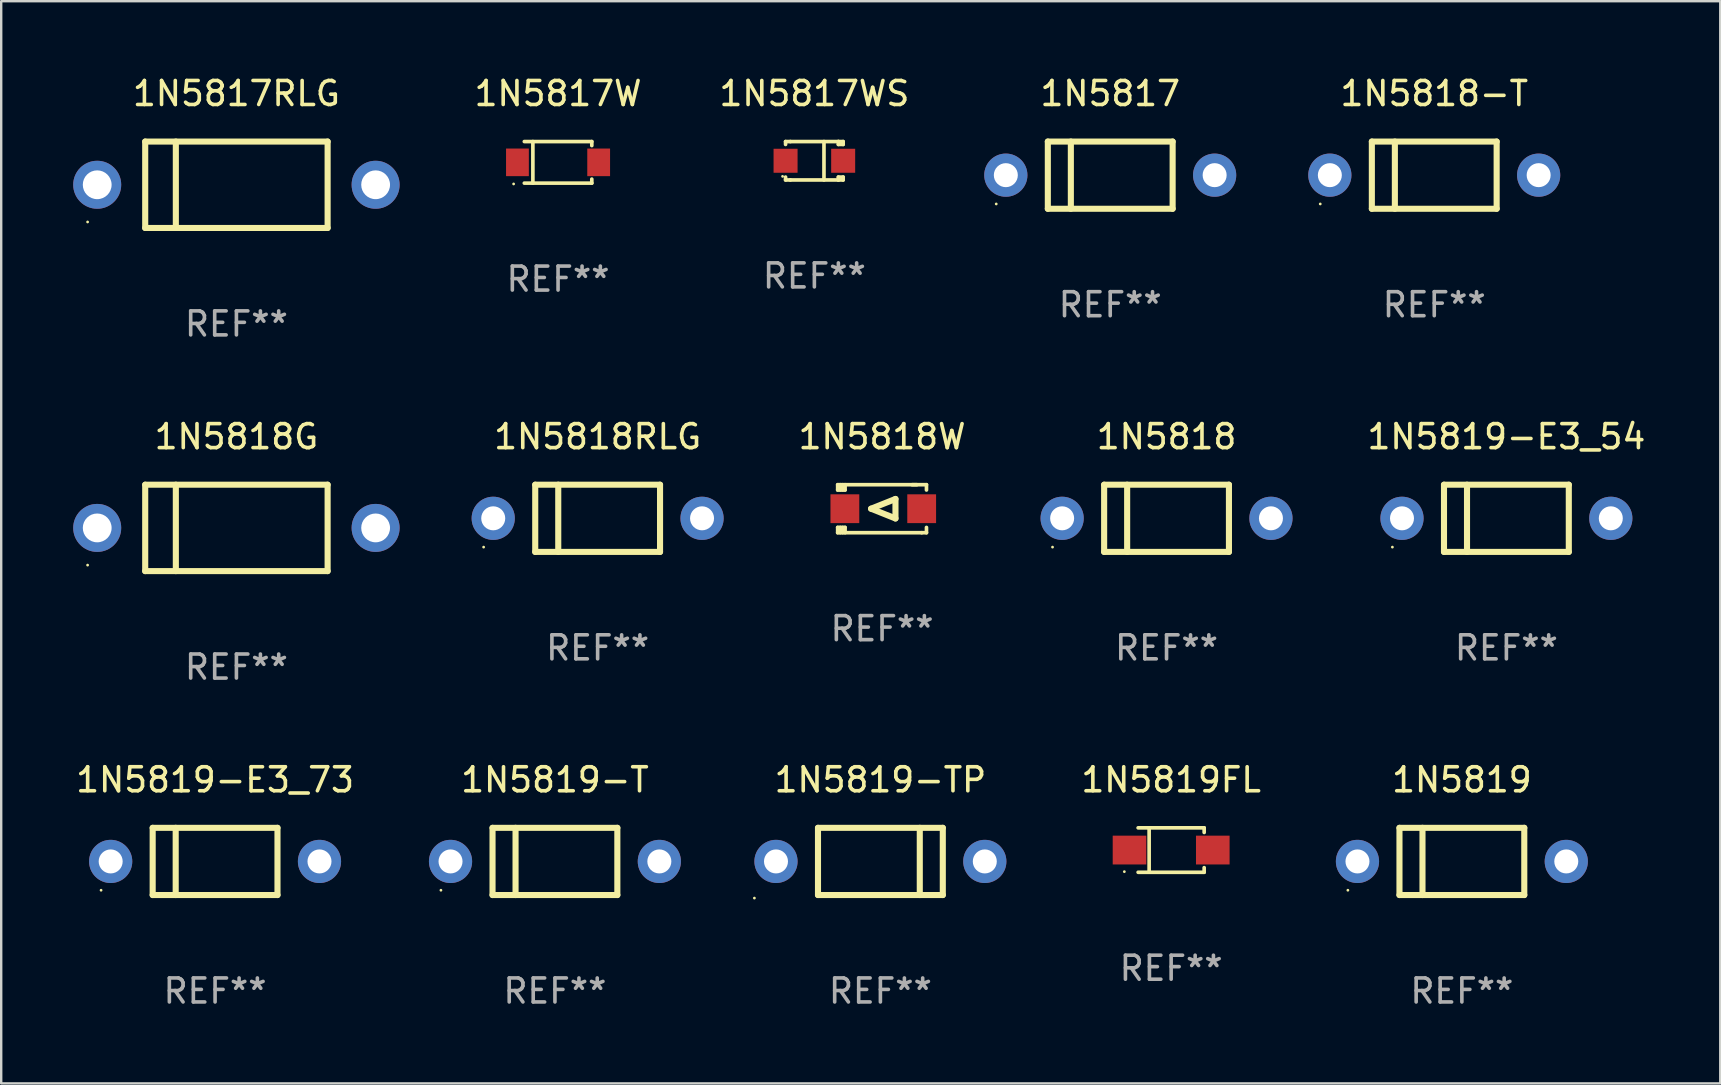
<source format=kicad_pcb>
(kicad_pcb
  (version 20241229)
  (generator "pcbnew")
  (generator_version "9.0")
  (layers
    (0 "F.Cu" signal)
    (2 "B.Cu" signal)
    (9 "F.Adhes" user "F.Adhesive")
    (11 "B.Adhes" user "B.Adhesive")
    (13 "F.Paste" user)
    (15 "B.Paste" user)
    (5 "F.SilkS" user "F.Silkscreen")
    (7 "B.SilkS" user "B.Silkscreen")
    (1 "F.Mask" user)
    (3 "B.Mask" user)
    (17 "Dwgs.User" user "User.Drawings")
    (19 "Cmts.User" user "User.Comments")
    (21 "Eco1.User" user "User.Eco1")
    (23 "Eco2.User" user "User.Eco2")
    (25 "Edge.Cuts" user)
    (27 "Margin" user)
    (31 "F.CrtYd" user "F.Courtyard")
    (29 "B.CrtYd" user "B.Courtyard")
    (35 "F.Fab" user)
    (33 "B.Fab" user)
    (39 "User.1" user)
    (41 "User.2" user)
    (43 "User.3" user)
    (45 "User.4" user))
  (footprint "1N5818-T"
    (layer "F.Cu")
    (at 56.707 4.248)
    (property "Reference" "1N5818-T" (at 0 -3.4 0) (layer "F.SilkS") (effects (font (size 1 1) (thickness 0.15))))
    (attr through_hole)
    (fp_line (start -2.6 -1.4) (end -2.6 1.4) (stroke (width 0.254) (type solid)) (layer "F.SilkS"))
    (fp_line (start -2.6 -1.4) (end 2.6 -1.4) (stroke (width 0.254) (type solid)) (layer "F.SilkS"))
    (fp_line (start -2.6 1.4) (end 2.6 1.4) (stroke (width 0.254) (type solid)) (layer "F.SilkS"))
    (fp_line (start -1.641 -1.4) (end -1.641 1.4) (stroke (width 0.254) (type solid)) (layer "F.SilkS"))
    (fp_line (start 2.6 -1.4) (end 2.6 1.4) (stroke (width 0.254) (type solid)) (layer "F.SilkS"))
    (fp_circle (center -4.75 1.2) (end -4.72 1.2) (stroke (width 0.06) (type solid)) (fill no) (layer "F.SilkS"))
    (fp_text user "REF**" (at 0 5.4 0) (layer "F.Fab") (effects (font (size 1 1) (thickness 0.15))))
    (pad "1" thru_hole circle (at -4.35 0) (size 1.8 1.8) (drill 1) (layers "*.Cu" "*.Mask"))
    (pad "2" thru_hole circle (at 4.35 0) (size 1.8 1.8) (drill 1) (layers "*.Cu" "*.Mask")))
  (footprint "1N5819-TP"
    (layer "F.Cu")
    (at 33.631 32.841)
    (property "Reference" "1N5819-TP" (at 0 -3.4 0) (layer "F.SilkS") (effects (font (size 1 1) (thickness 0.15))))
    (attr through_hole)
    (fp_line (start -2.6 1.4) (end -2.6 -1.4) (stroke (width 0.254) (type solid)) (layer "F.SilkS"))
    (fp_line (start 1.641 1.4) (end 1.641 -1.4) (stroke (width 0.254) (type solid)) (layer "F.SilkS"))
    (fp_line (start 2.6 -1.4) (end -2.6 -1.4) (stroke (width 0.254) (type solid)) (layer "F.SilkS"))
    (fp_line (start 2.6 1.4) (end -2.6 1.4) (stroke (width 0.254) (type solid)) (layer "F.SilkS"))
    (fp_line (start 2.6 1.4) (end 2.6 -1.4) (stroke (width 0.254) (type solid)) (layer "F.SilkS"))
    (fp_circle (center -5.25 1.527) (end -5.22 1.527) (stroke (width 0.06) (type solid)) (fill no) (layer "F.SilkS"))
    (fp_text user "REF**" (at 0 5.4 0) (layer "F.Fab") (effects (font (size 1 1) (thickness 0.15))))
    (pad "1" thru_hole circle (at -4.35 0) (size 1.8 1.8) (drill 1) (layers "*.Cu" "*.Mask"))
    (pad "2" thru_hole circle (at 4.35 0) (size 1.8 1.8) (drill 1) (layers "*.Cu" "*.Mask")))
  (footprint "1N5818"
    (layer "F.Cu")
    (at 45.553 18.545)
    (property "Reference" "1N5818" (at 0 -3.4 0) (layer "F.SilkS") (effects (font (size 1 1) (thickness 0.15))))
    (attr through_hole)
    (fp_line (start -2.6 -1.4) (end -2.6 1.4) (stroke (width 0.254) (type solid)) (layer "F.SilkS"))
    (fp_line (start -2.6 -1.4) (end 2.6 -1.4) (stroke (width 0.254) (type solid)) (layer "F.SilkS"))
    (fp_line (start -2.6 1.4) (end 2.6 1.4) (stroke (width 0.254) (type solid)) (layer "F.SilkS"))
    (fp_line (start -1.641 -1.4) (end -1.641 1.4) (stroke (width 0.254) (type solid)) (layer "F.SilkS"))
    (fp_line (start 2.6 -1.4) (end 2.6 1.4) (stroke (width 0.254) (type solid)) (layer "F.SilkS"))
    (fp_circle (center -4.75 1.2) (end -4.72 1.2) (stroke (width 0.06) (type solid)) (fill no) (layer "F.SilkS"))
    (fp_text user "REF**" (at 0 5.4 0) (layer "F.Fab") (effects (font (size 1 1) (thickness 0.15))))
    (pad "1" thru_hole circle (at -4.35 0) (size 1.8 1.8) (drill 1) (layers "*.Cu" "*.Mask"))
    (pad "2" thru_hole circle (at 4.35 0) (size 1.8 1.8) (drill 1) (layers "*.Cu" "*.Mask")))
  (footprint "1N5819-T"
    (layer "F.Cu")
    (at 20.071 32.841)
    (property "Reference" "1N5819-T" (at 0 -3.4 0) (layer "F.SilkS") (effects (font (size 1 1) (thickness 0.15))))
    (attr through_hole)
    (fp_line (start -2.6 -1.4) (end -2.6 1.4) (stroke (width 0.254) (type solid)) (layer "F.SilkS"))
    (fp_line (start -2.6 -1.4) (end 2.6 -1.4) (stroke (width 0.254) (type solid)) (layer "F.SilkS"))
    (fp_line (start -2.6 1.4) (end 2.6 1.4) (stroke (width 0.254) (type solid)) (layer "F.SilkS"))
    (fp_line (start -1.641 -1.4) (end -1.641 1.4) (stroke (width 0.254) (type solid)) (layer "F.SilkS"))
    (fp_line (start 2.6 -1.4) (end 2.6 1.4) (stroke (width 0.254) (type solid)) (layer "F.SilkS"))
    (fp_circle (center -4.75 1.2) (end -4.72 1.2) (stroke (width 0.06) (type solid)) (fill no) (layer "F.SilkS"))
    (fp_text user "REF**" (at 0 5.4 0) (layer "F.Fab") (effects (font (size 1 1) (thickness 0.15))))
    (pad "1" thru_hole circle (at -4.35 0) (size 1.8 1.8) (drill 1) (layers "*.Cu" "*.Mask"))
    (pad "2" thru_hole circle (at 4.35 0) (size 1.8 1.8) (drill 1) (layers "*.Cu" "*.Mask")))
  (footprint "1N5818G"
    (layer "F.Cu")
    (at 6.8 18.945)
    (property "Reference" "1N5818G" (at 0 -3.8 0) (layer "F.SilkS") (effects (font (size 1 1) (thickness 0.15))))
    (attr through_hole)
    (fp_line (start -3.8 -1.8) (end -3.8 1.8) (stroke (width 0.254) (type solid)) (layer "F.SilkS"))
    (fp_line (start -3.8 -1.8) (end 3.8 -1.8) (stroke (width 0.254) (type solid)) (layer "F.SilkS"))
    (fp_line (start -3.8 1.8) (end 3.8 1.8) (stroke (width 0.254) (type solid)) (layer "F.SilkS"))
    (fp_line (start -2.524 -1.8) (end -2.524 1.8) (stroke (width 0.254) (type solid)) (layer "F.SilkS"))
    (fp_line (start 3.8 -1.8) (end 3.8 1.8) (stroke (width 0.254) (type solid)) (layer "F.SilkS"))
    (fp_circle (center -6.2 1.55) (end -6.17 1.55) (stroke (width 0.06) (type solid)) (fill no) (layer "F.SilkS"))
    (fp_text user "REF**" (at 0 5.8 0) (layer "F.Fab") (effects (font (size 1 1) (thickness 0.15))))
    (pad "1" thru_hole circle (at -5.8 0) (size 2 2) (drill 1.2) (layers "*.Cu" "*.Mask"))
    (pad "2" thru_hole circle (at 5.8 0) (size 2 2) (drill 1.2) (layers "*.Cu" "*.Mask")))
  (footprint "1N5817RLG"
    (layer "F.Cu")
    (at 6.8 4.648)
    (property "Reference" "1N5817RLG" (at 0 -3.8 0) (layer "F.SilkS") (effects (font (size 1 1) (thickness 0.15))))
    (attr through_hole)
    (fp_line (start -3.8 -1.8) (end -3.8 1.8) (stroke (width 0.254) (type solid)) (layer "F.SilkS"))
    (fp_line (start -3.8 -1.8) (end 3.8 -1.8) (stroke (width 0.254) (type solid)) (layer "F.SilkS"))
    (fp_line (start -3.8 1.8) (end 3.8 1.8) (stroke (width 0.254) (type solid)) (layer "F.SilkS"))
    (fp_line (start -2.524 -1.8) (end -2.524 1.8) (stroke (width 0.254) (type solid)) (layer "F.SilkS"))
    (fp_line (start 3.8 -1.8) (end 3.8 1.8) (stroke (width 0.254) (type solid)) (layer "F.SilkS"))
    (fp_circle (center -6.2 1.55) (end -6.17 1.55) (stroke (width 0.06) (type solid)) (fill no) (layer "F.SilkS"))
    (fp_text user "REF**" (at 0 5.8 0) (layer "F.Fab") (effects (font (size 1 1) (thickness 0.15))))
    (pad "1" thru_hole circle (at -5.8 0) (size 2 2) (drill 1.2) (layers "*.Cu" "*.Mask"))
    (pad "2" thru_hole circle (at 5.8 0) (size 2 2) (drill 1.2) (layers "*.Cu" "*.Mask")))
  (footprint "1N5817W"
    (layer "F.Cu")
    (at 20.201 3.714)
    (property "Reference" "1N5817W" (at 0 -2.866 0) (layer "F.SilkS") (effects (font (size 1 1) (thickness 0.15))))
    (attr through_hole)
    (fp_line (start -1.406 -0.866) (end 1.406 -0.866) (stroke (width 0.152) (type solid)) (layer "F.SilkS"))
    (fp_line (start -1.406 0.866) (end 1.406 0.866) (stroke (width 0.152) (type solid)) (layer "F.SilkS"))
    (fp_line (start -1.049 -0.866) (end -1.049 0.866) (stroke (width 0.152) (type solid)) (layer "F.SilkS"))
    (fp_line (start 1.406 -0.866) (end 1.406 -0.698) (stroke (width 0.152) (type solid)) (layer "F.SilkS"))
    (fp_line (start 1.406 0.866) (end 1.406 0.698) (stroke (width 0.152) (type solid)) (layer "F.SilkS"))
    (fp_circle (center -1.851 0.9) (end -1.821 0.9) (stroke (width 0.06) (type solid)) (fill no) (layer "F.SilkS"))
    (fp_text user "REF**" (at 0 4.866 0) (layer "F.Fab") (effects (font (size 1 1) (thickness 0.15))))
    (pad "1" smd rect (at -1.692 0) (size 0.95 1.15) (layers "F.Cu" "F.Mask" "F.Paste"))
    (pad "2" smd rect (at 1.692 0) (size 0.95 1.15) (layers "F.Cu" "F.Mask" "F.Paste")))
  (footprint "1N5818RLG"
    (layer "F.Cu")
    (at 21.85 18.545)
    (property "Reference" "1N5818RLG" (at 0 -3.4 0) (layer "F.SilkS") (effects (font (size 1 1) (thickness 0.15))))
    (attr through_hole)
    (fp_line (start -2.6 -1.4) (end -2.6 1.4) (stroke (width 0.254) (type solid)) (layer "F.SilkS"))
    (fp_line (start -2.6 -1.4) (end 2.6 -1.4) (stroke (width 0.254) (type solid)) (layer "F.SilkS"))
    (fp_line (start -2.6 1.4) (end 2.6 1.4) (stroke (width 0.254) (type solid)) (layer "F.SilkS"))
    (fp_line (start -1.641 -1.4) (end -1.641 1.4) (stroke (width 0.254) (type solid)) (layer "F.SilkS"))
    (fp_line (start 2.6 -1.4) (end 2.6 1.4) (stroke (width 0.254) (type solid)) (layer "F.SilkS"))
    (fp_circle (center -4.75 1.2) (end -4.72 1.2) (stroke (width 0.06) (type solid)) (fill no) (layer "F.SilkS"))
    (fp_text user "REF**" (at 0 5.4 0) (layer "F.Fab") (effects (font (size 1 1) (thickness 0.15))))
    (pad "1" thru_hole circle (at -4.35 0) (size 1.8 1.8) (drill 1) (layers "*.Cu" "*.Mask"))
    (pad "2" thru_hole circle (at 4.35 0) (size 1.8 1.8) (drill 1) (layers "*.Cu" "*.Mask")))
  (footprint "1N5817WS"
    (layer "F.Cu")
    (at 30.88 3.648)
    (property "Reference" "1N5817WS" (at 0 -2.8 0) (layer "F.SilkS") (effects (font (size 1 1) (thickness 0.15))))
    (attr through_hole)
    (fp_line (start -1.2 -0.8) (end -1.2 -0.68) (stroke (width 0.152) (type solid)) (layer "F.SilkS"))
    (fp_line (start -1.2 0.68) (end -1.2 0.8) (stroke (width 0.152) (type solid)) (layer "F.SilkS"))
    (fp_line (start -1.2 0.8) (end -1 0.8) (stroke (width 0.152) (type solid)) (layer "F.SilkS"))
    (fp_line (start -1 -0.8) (end -1.2 -0.8) (stroke (width 0.152) (type solid)) (layer "F.SilkS"))
    (fp_line (start -1 -0.8) (end 1 -0.8) (stroke (width 0.152) (type solid)) (layer "F.SilkS"))
    (fp_line (start -1 0.8) (end 1 0.8) (stroke (width 0.152) (type solid)) (layer "F.SilkS"))
    (fp_line (start 0.4 -0.8) (end 0.4 0.8) (stroke (width 0.152) (type solid)) (layer "F.SilkS"))
    (fp_line (start 1 -0.8) (end 1 -0.68) (stroke (width 0.152) (type solid)) (layer "F.SilkS"))
    (fp_line (start 1 -0.8) (end 1.2 -0.8) (stroke (width 0.152) (type solid)) (layer "F.SilkS"))
    (fp_line (start 1 0.68) (end 1 0.8) (stroke (width 0.152) (type solid)) (layer "F.SilkS"))
    (fp_line (start 1 0.68) (end 1.2 0.68) (stroke (width 0.152) (type solid)) (layer "F.SilkS"))
    (fp_line (start 1.2 -0.8) (end 1.2 -0.68) (stroke (width 0.152) (type solid)) (layer "F.SilkS"))
    (fp_line (start 1.2 -0.68) (end 1 -0.68) (stroke (width 0.152) (type solid)) (layer "F.SilkS"))
    (fp_line (start 1.2 0.68) (end 1.2 0.8) (stroke (width 0.152) (type solid)) (layer "F.SilkS"))
    (fp_line (start 1.2 0.8) (end 1 0.8) (stroke (width 0.152) (type solid)) (layer "F.SilkS"))
    (fp_circle (center -1.325 0.65) (end -1.295 0.65) (stroke (width 0.06) (type solid)) (fill no) (layer "F.SilkS"))
    (fp_text user "REF**" (at 0 4.8 0) (layer "F.Fab") (effects (font (size 1 1) (thickness 0.15))))
    (pad "1" smd rect (at -1.2 0 180) (size 1 1) (layers "F.Cu" "F.Mask" "F.Paste"))
    (pad "2" smd rect (at 1.2 0 180) (size 1 1) (layers "F.Cu" "F.Mask" "F.Paste")))
  (footprint "1N5819-E3_54"
    (layer "F.Cu")
    (at 59.713 18.545)
    (property "Reference" "1N5819-E3_54" (at 0 -3.4 0) (layer "F.SilkS") (effects (font (size 1 1) (thickness 0.15))))
    (attr through_hole)
    (fp_line (start -2.6 -1.4) (end -2.6 1.4) (stroke (width 0.254) (type solid)) (layer "F.SilkS"))
    (fp_line (start -2.6 -1.4) (end 2.6 -1.4) (stroke (width 0.254) (type solid)) (layer "F.SilkS"))
    (fp_line (start -2.6 1.4) (end 2.6 1.4) (stroke (width 0.254) (type solid)) (layer "F.SilkS"))
    (fp_line (start -1.641 -1.4) (end -1.641 1.4) (stroke (width 0.254) (type solid)) (layer "F.SilkS"))
    (fp_line (start 2.6 -1.4) (end 2.6 1.4) (stroke (width 0.254) (type solid)) (layer "F.SilkS"))
    (fp_circle (center -4.75 1.2) (end -4.72 1.2) (stroke (width 0.06) (type solid)) (fill no) (layer "F.SilkS"))
    (fp_text user "REF**" (at 0 5.4 0) (layer "F.Fab") (effects (font (size 1 1) (thickness 0.15))))
    (pad "1" thru_hole circle (at -4.35 0) (size 1.8 1.8) (drill 1) (layers "*.Cu" "*.Mask"))
    (pad "2" thru_hole circle (at 4.35 0) (size 1.8 1.8) (drill 1) (layers "*.Cu" "*.Mask")))
  (footprint "1N5818W"
    (layer "F.Cu")
    (at 33.701 18.145)
    (property "Reference" "1N5818W" (at 0 -3 0) (layer "F.SilkS") (effects (font (size 1 1) (thickness 0.15))))
    (attr through_hole)
    (fp_line (start -1.85 -1) (end -1.85 -0.78) (stroke (width 0.152) (type solid)) (layer "F.SilkS"))
    (fp_line (start -1.85 0.78) (end -1.85 1) (stroke (width 0.152) (type solid)) (layer "F.SilkS"))
    (fp_line (start -1.85 1) (end 1.65 1) (stroke (width 0.152) (type solid)) (layer "F.SilkS"))
    (fp_line (start -1.741 -0.78) (end -1.741 -1) (stroke (width 0.152) (type solid)) (layer "F.SilkS"))
    (fp_line (start -1.741 1) (end -1.741 0.78) (stroke (width 0.152) (type solid)) (layer "F.SilkS"))
    (fp_line (start -1.641 -1) (end -1.641 -0.78) (stroke (width 0.152) (type solid)) (layer "F.SilkS"))
    (fp_line (start -1.641 0.78) (end -1.641 1) (stroke (width 0.152) (type solid)) (layer "F.SilkS"))
    (fp_line (start -1.541 -1) (end -1.541 -0.78) (stroke (width 0.152) (type solid)) (layer "F.SilkS"))
    (fp_line (start -1.541 -0.78) (end -1.85 -0.78) (stroke (width 0.152) (type solid)) (layer "F.SilkS"))
    (fp_line (start -1.541 0.78) (end -1.85 0.78) (stroke (width 0.152) (type solid)) (layer "F.SilkS"))
    (fp_line (start -1.541 0.78) (end -1.541 1) (stroke (width 0.152) (type solid)) (layer "F.SilkS"))
    (fp_line (start -0.458 0) (end 0.558 -0.406) (stroke (width 0.254) (type solid)) (layer "F.SilkS"))
    (fp_line (start 0.558 -0.406) (end 0.558 0.406) (stroke (width 0.254) (type solid)) (layer "F.SilkS"))
    (fp_line (start 0.558 0.406) (end -0.458 0) (stroke (width 0.254) (type solid)) (layer "F.SilkS"))
    (fp_line (start 1.45 -1) (end -1.85 -1) (stroke (width 0.152) (type solid)) (layer "F.SilkS"))
    (fp_line (start 1.65 1) (end 1.85 1) (stroke (width 0.152) (type solid)) (layer "F.SilkS"))
    (fp_line (start 1.85 -1) (end 1.25 -1) (stroke (width 0.152) (type solid)) (layer "F.SilkS"))
    (fp_line (start 1.85 -0.78) (end 1.85 -1) (stroke (width 0.152) (type solid)) (layer "F.SilkS"))
    (fp_line (start 1.85 1) (end 1.85 0.78) (stroke (width 0.152) (type solid)) (layer "F.SilkS"))
    (fp_circle (center -1.8 0.9) (end -1.77 0.9) (stroke (width 0.06) (type solid)) (fill no) (layer "F.SilkS"))
    (fp_text user "REF**" (at 0 5 0) (layer "F.Fab") (effects (font (size 1 1) (thickness 0.15))))
    (pad "1" smd rect (at -1.55 0.000051) (size 1.2 1.2) (layers "F.Cu" "F.Mask" "F.Paste"))
    (pad "2" smd rect (at 1.65 0.000051) (size 1.2 1.2) (layers "F.Cu" "F.Mask" "F.Paste")))
  (footprint "1N5817"
    (layer "F.Cu")
    (at 43.207 4.248)
    (property "Reference" "1N5817" (at 0 -3.4 0) (layer "F.SilkS") (effects (font (size 1 1) (thickness 0.15))))
    (attr through_hole)
    (fp_line (start -2.6 -1.4) (end -2.6 1.4) (stroke (width 0.254) (type solid)) (layer "F.SilkS"))
    (fp_line (start -2.6 -1.4) (end 2.6 -1.4) (stroke (width 0.254) (type solid)) (layer "F.SilkS"))
    (fp_line (start -2.6 1.4) (end 2.6 1.4) (stroke (width 0.254) (type solid)) (layer "F.SilkS"))
    (fp_line (start -1.641 -1.4) (end -1.641 1.4) (stroke (width 0.254) (type solid)) (layer "F.SilkS"))
    (fp_line (start 2.6 -1.4) (end 2.6 1.4) (stroke (width 0.254) (type solid)) (layer "F.SilkS"))
    (fp_circle (center -4.75 1.2) (end -4.72 1.2) (stroke (width 0.06) (type solid)) (fill no) (layer "F.SilkS"))
    (fp_text user "REF**" (at 0 5.4 0) (layer "F.Fab") (effects (font (size 1 1) (thickness 0.15))))
    (pad "1" thru_hole circle (at -4.35 0) (size 1.8 1.8) (drill 1) (layers "*.Cu" "*.Mask"))
    (pad "2" thru_hole circle (at 4.35 0) (size 1.8 1.8) (drill 1) (layers "*.Cu" "*.Mask")))
  (footprint "1N5819-E3_73"
    (layer "F.Cu")
    (at 5.911 32.841)
    (property "Reference" "1N5819-E3_73" (at 0 -3.4 0) (layer "F.SilkS") (effects (font (size 1 1) (thickness 0.15))))
    (attr through_hole)
    (fp_line (start -2.6 -1.4) (end -2.6 1.4) (stroke (width 0.254) (type solid)) (layer "F.SilkS"))
    (fp_line (start -2.6 -1.4) (end 2.6 -1.4) (stroke (width 0.254) (type solid)) (layer "F.SilkS"))
    (fp_line (start -2.6 1.4) (end 2.6 1.4) (stroke (width 0.254) (type solid)) (layer "F.SilkS"))
    (fp_line (start -1.641 -1.4) (end -1.641 1.4) (stroke (width 0.254) (type solid)) (layer "F.SilkS"))
    (fp_line (start 2.6 -1.4) (end 2.6 1.4) (stroke (width 0.254) (type solid)) (layer "F.SilkS"))
    (fp_circle (center -4.75 1.2) (end -4.72 1.2) (stroke (width 0.06) (type solid)) (fill no) (layer "F.SilkS"))
    (fp_text user "REF**" (at 0 5.4 0) (layer "F.Fab") (effects (font (size 1 1) (thickness 0.15))))
    (pad "1" thru_hole circle (at -4.35 0) (size 1.8 1.8) (drill 1) (layers "*.Cu" "*.Mask"))
    (pad "2" thru_hole circle (at 4.35 0) (size 1.8 1.8) (drill 1) (layers "*.Cu" "*.Mask")))
  (footprint "1N5819"
    (layer "F.Cu")
    (at 57.858 32.841)
    (property "Reference" "1N5819" (at 0 -3.4 0) (layer "F.SilkS") (effects (font (size 1 1) (thickness 0.15))))
    (attr through_hole)
    (fp_line (start -2.6 -1.4) (end -2.6 1.4) (stroke (width 0.254) (type solid)) (layer "F.SilkS"))
    (fp_line (start -2.6 -1.4) (end 2.6 -1.4) (stroke (width 0.254) (type solid)) (layer "F.SilkS"))
    (fp_line (start -2.6 1.4) (end 2.6 1.4) (stroke (width 0.254) (type solid)) (layer "F.SilkS"))
    (fp_line (start -1.641 -1.4) (end -1.641 1.4) (stroke (width 0.254) (type solid)) (layer "F.SilkS"))
    (fp_line (start 2.6 -1.4) (end 2.6 1.4) (stroke (width 0.254) (type solid)) (layer "F.SilkS"))
    (fp_circle (center -4.75 1.2) (end -4.72 1.2) (stroke (width 0.06) (type solid)) (fill no) (layer "F.SilkS"))
    (fp_text user "REF**" (at 0 5.4 0) (layer "F.Fab") (effects (font (size 1 1) (thickness 0.15))))
    (pad "1" thru_hole circle (at -4.35 0) (size 1.8 1.8) (drill 1) (layers "*.Cu" "*.Mask"))
    (pad "2" thru_hole circle (at 4.35 0) (size 1.8 1.8) (drill 1) (layers "*.Cu" "*.Mask")))
  (footprint "1N5819FL"
    (layer "F.Cu")
    (at 45.745 32.367)
    (property "Reference" "1N5819FL" (at 0 -2.926 0) (layer "F.SilkS") (effects (font (size 1 1) (thickness 0.15))))
    (attr through_hole)
    (fp_line (start -1.376 -0.926) (end 1.376 -0.926) (stroke (width 0.152) (type solid)) (layer "F.SilkS"))
    (fp_line (start -1.376 0.926) (end 1.376 0.926) (stroke (width 0.152) (type solid)) (layer "F.SilkS"))
    (fp_line (start -0.917 -0.876) (end -0.917 0.876) (stroke (width 0.152) (type solid)) (layer "F.SilkS"))
    (fp_line (start 1.376 -0.926) (end 1.376 -0.733) (stroke (width 0.152) (type solid)) (layer "F.SilkS"))
    (fp_line (start 1.376 0.926) (end 1.376 0.733) (stroke (width 0.152) (type solid)) (layer "F.SilkS"))
    (fp_circle (center -1.95 0.9) (end -1.92 0.9) (stroke (width 0.06) (type solid)) (fill no) (layer "F.SilkS"))
    (fp_text user "REF**" (at 0 4.926 0) (layer "F.Fab") (effects (font (size 1 1) (thickness 0.15))))
    (pad "1" smd rect (at -1.735 0) (size 1.4 1.2) (layers "F.Cu" "F.Mask" "F.Paste"))
    (pad "2" smd rect (at 1.735 0) (size 1.4 1.2) (layers "F.Cu" "F.Mask" "F.Paste")))
  (gr_rect
    (start -3 -3)
    (end 68.624 42.09)
    (stroke (width 0.1) (type default))
    (fill no)
    (layer "Edge.Cuts")))
</source>
